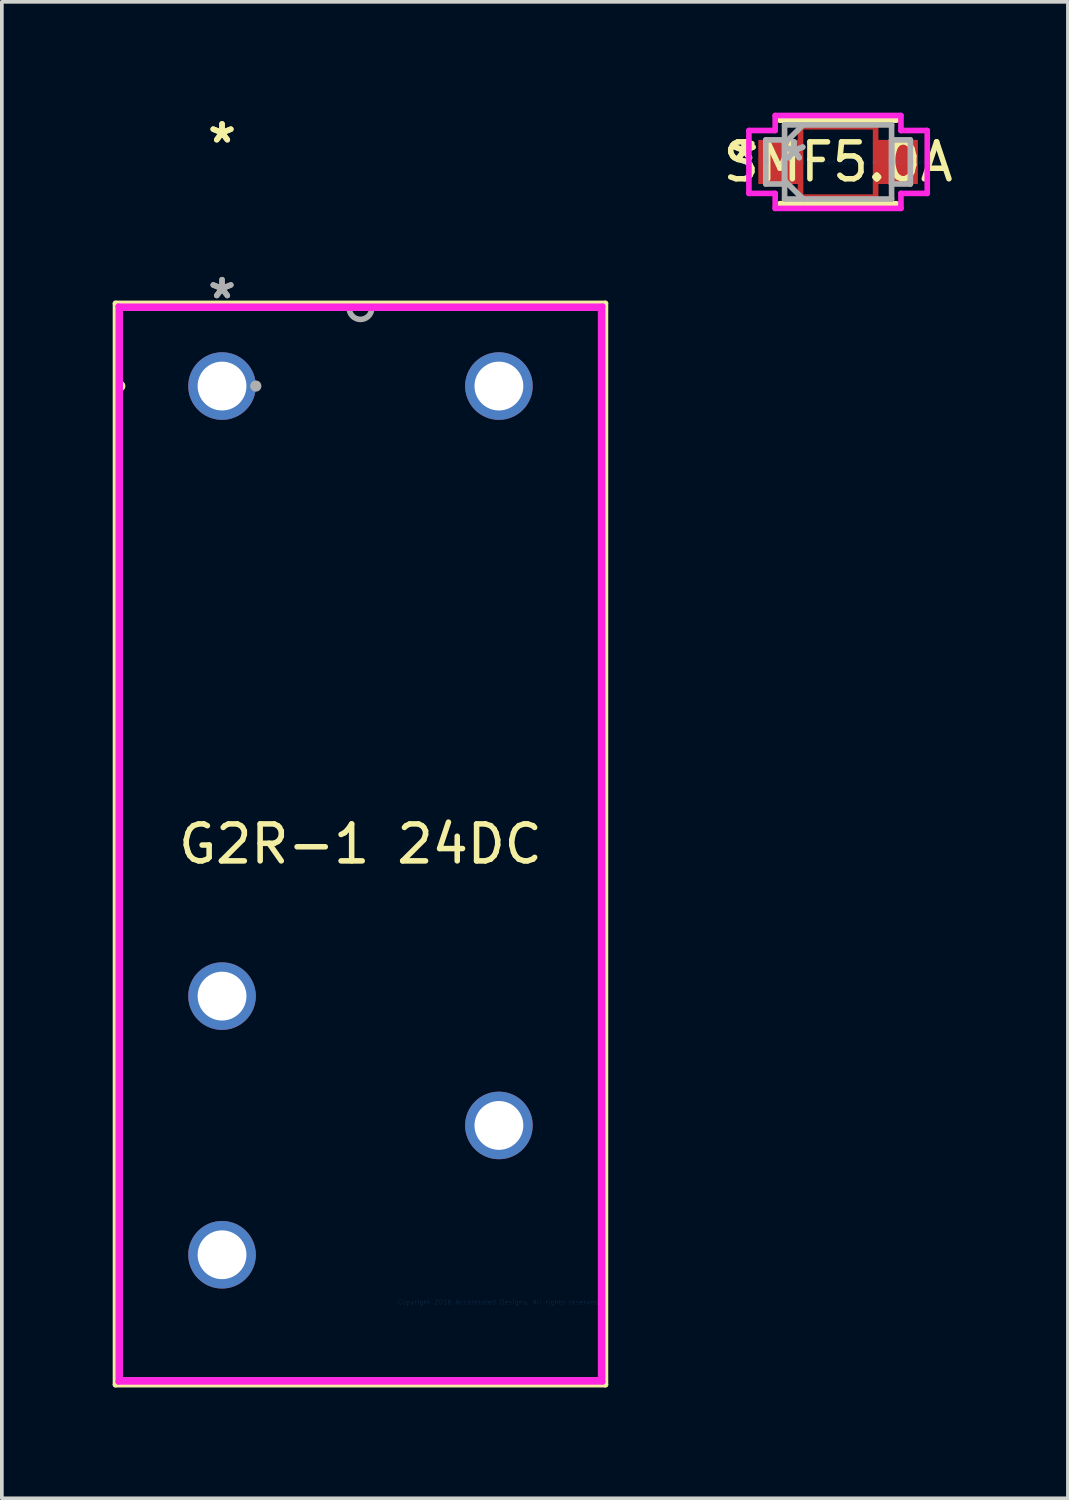
<source format=kicad_pcb>
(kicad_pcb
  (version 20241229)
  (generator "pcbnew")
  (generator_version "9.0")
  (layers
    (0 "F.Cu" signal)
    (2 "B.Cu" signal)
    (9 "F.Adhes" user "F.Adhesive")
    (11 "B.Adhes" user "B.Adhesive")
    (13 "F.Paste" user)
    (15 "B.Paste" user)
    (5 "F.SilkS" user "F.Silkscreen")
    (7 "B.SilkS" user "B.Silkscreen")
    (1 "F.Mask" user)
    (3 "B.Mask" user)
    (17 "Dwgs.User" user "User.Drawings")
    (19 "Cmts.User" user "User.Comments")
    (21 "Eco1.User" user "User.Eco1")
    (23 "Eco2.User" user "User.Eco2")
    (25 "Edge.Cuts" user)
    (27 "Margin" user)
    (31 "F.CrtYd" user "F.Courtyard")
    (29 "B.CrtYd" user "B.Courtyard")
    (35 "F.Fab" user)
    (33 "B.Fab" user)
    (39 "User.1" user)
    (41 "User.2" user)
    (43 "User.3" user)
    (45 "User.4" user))
  (footprint "G2R-1 24DC"
    (layer "F.Cu")
    (at 10.452 32.188)
    (property "Reference" "G2R-1 24DC" (at -3.747 -12.395 0) (layer "F.SilkS") (effects (font (size 1 1) (thickness 0.15))))
    (attr through_hole)
    (fp_line (start -10.376 -27.026) (end -10.376 2.235) (stroke (width 0.152) (type solid)) (layer "F.SilkS"))
    (fp_line (start -10.376 2.235) (end 2.883 2.235) (stroke (width 0.152) (type solid)) (layer "F.SilkS"))
    (fp_line (start 2.883 -27.026) (end -10.376 -27.026) (stroke (width 0.152) (type solid)) (layer "F.SilkS"))
    (fp_line (start 2.883 2.235) (end 2.883 -27.026) (stroke (width 0.152) (type solid)) (layer "F.SilkS"))
    (fp_circle (center -10.259 -24.79) (end -10.183 -24.79) (stroke (width 0.152) (type solid)) (fill no) (layer "F.SilkS"))
    (fp_line (start -10.3 -26.949) (end 2.807 -26.949) (stroke (width 0.152) (type solid)) (layer "F.CrtYd"))
    (fp_line (start -10.3 2.159) (end -10.3 -26.949) (stroke (width 0.152) (type solid)) (layer "F.CrtYd"))
    (fp_line (start -10.249 -26.899) (end 2.756 -26.899) (stroke (width 0.152) (type solid)) (layer "F.CrtYd"))
    (fp_line (start -10.249 2.108) (end -10.249 -26.899) (stroke (width 0.152) (type solid)) (layer "F.CrtYd"))
    (fp_line (start 2.756 -26.899) (end 2.756 2.108) (stroke (width 0.152) (type solid)) (layer "F.CrtYd"))
    (fp_line (start 2.756 2.108) (end -10.249 2.108) (stroke (width 0.152) (type solid)) (layer "F.CrtYd"))
    (fp_line (start 2.807 -26.949) (end 2.807 2.159) (stroke (width 0.152) (type solid)) (layer "F.CrtYd"))
    (fp_line (start 2.807 2.159) (end -10.3 2.159) (stroke (width 0.152) (type solid)) (layer "F.CrtYd"))
    (fp_line (start -10.249 -26.899) (end -10.249 2.108) (stroke (width 0.152) (type solid)) (layer "F.Fab"))
    (fp_line (start -10.249 2.108) (end 2.756 2.108) (stroke (width 0.152) (type solid)) (layer "F.Fab"))
    (fp_line (start 2.756 -26.899) (end -10.249 -26.899) (stroke (width 0.152) (type solid)) (layer "F.Fab"))
    (fp_line (start 2.756 2.108) (end 2.756 -26.899) (stroke (width 0.152) (type solid)) (layer "F.Fab"))
    (fp_arc (start -3.4417 -26.8986) (mid -3.7465 -26.5938) (end -4.0513 -26.8986) (stroke (width 0.1524) (type solid)) (layer "F.Fab"))
    (fp_circle (center -6.579 -24.79) (end -6.502 -24.79) (stroke (width 0.152) (type solid)) (fill no) (layer "F.Fab"))
    (fp_text user "*" (at -7.493 -31.34 0) (layer "F.SilkS") (effects (font (size 1 1) (thickness 0.15))))
    (fp_text user "*" (at -7.493 -31.34 0) (layer "F.SilkS") (effects (font (size 1 1) (thickness 0.15))))
    (fp_text user "Copyright 2016 Accelerated Designs. All rights reserved." (at 0 0 0) (layer "Cmts.User") (effects (font (size 0.127 0.127) (thickness 0.002))))
    (fp_text user "*" (at -7.493 -27.124 0) (layer "F.Fab") (effects (font (size 1 1) (thickness 0.15))))
    (fp_text user "*" (at -7.493 -27.124 0) (layer "F.Fab") (effects (font (size 1 1) (thickness 0.15))))
    (pad "1" thru_hole circle (at -7.493 -24.79) (size 1.829 1.829) (drill 1.321) (layers "*.Cu" "*.Mask"))
    (pad "2" thru_hole circle (at -7.493 -8.28) (size 1.829 1.829) (drill 1.321) (layers "*.Cu" "*.Mask"))
    (pad "4" thru_hole circle (at -7.493 -1.28) (size 1.829 1.829) (drill 1.321) (layers "*.Cu" "*.Mask"))
    (pad "6" thru_hole circle (at 0 -4.78) (size 1.829 1.829) (drill 1.321) (layers "*.Cu" "*.Mask"))
    (pad "8" thru_hole circle (at 0 -24.79) (size 1.829 1.829) (drill 1.321) (layers "*.Cu" "*.Mask")))
  (footprint "SMF5.0A"
    (layer "F.Cu")
    (at 19.631 1.333)
    (property "Reference" "SMF5.0A" (at 0 0 0) (layer "F.SilkS") (effects (font (size 1 1) (thickness 0.15))))
    (attr through_hole)
    (fp_line (start -1.016 -0.953) (end 1.016 -0.953) (stroke (width 0.152) (type solid)) (layer "F.Cu"))
    (fp_line (start -1.016 0.953) (end -1.016 -0.953) (stroke (width 0.152) (type solid)) (layer "F.Cu"))
    (fp_line (start 1.016 -0.953) (end 1.016 0.953) (stroke (width 0.152) (type solid)) (layer "F.Cu"))
    (fp_line (start 1.016 0.953) (end -1.016 0.953) (stroke (width 0.152) (type solid)) (layer "F.Cu"))
    (fp_line (start -1.575 1.13) (end 1.575 1.13) (stroke (width 0.152) (type solid)) (layer "F.SilkS"))
    (fp_line (start 1.575 -1.13) (end -1.575 -1.13) (stroke (width 0.152) (type solid)) (layer "F.SilkS"))
    (fp_line (start -2.413 -0.851) (end -1.702 -0.851) (stroke (width 0.152) (type solid)) (layer "F.CrtYd"))
    (fp_line (start -2.413 0.851) (end -2.413 -0.851) (stroke (width 0.152) (type solid)) (layer "F.CrtYd"))
    (fp_line (start -1.702 -1.257) (end 1.702 -1.257) (stroke (width 0.152) (type solid)) (layer "F.CrtYd"))
    (fp_line (start -1.702 -0.851) (end -1.702 -1.257) (stroke (width 0.152) (type solid)) (layer "F.CrtYd"))
    (fp_line (start -1.702 0.851) (end -2.413 0.851) (stroke (width 0.152) (type solid)) (layer "F.CrtYd"))
    (fp_line (start -1.702 1.257) (end -1.702 0.851) (stroke (width 0.152) (type solid)) (layer "F.CrtYd"))
    (fp_line (start 1.702 -1.257) (end 1.702 -0.851) (stroke (width 0.152) (type solid)) (layer "F.CrtYd"))
    (fp_line (start 1.702 -0.851) (end 2.413 -0.851) (stroke (width 0.152) (type solid)) (layer "F.CrtYd"))
    (fp_line (start 1.702 0.851) (end 1.702 1.257) (stroke (width 0.152) (type solid)) (layer "F.CrtYd"))
    (fp_line (start 1.702 1.257) (end -1.702 1.257) (stroke (width 0.152) (type solid)) (layer "F.CrtYd"))
    (fp_line (start 2.413 -0.851) (end 2.413 0.851) (stroke (width 0.152) (type solid)) (layer "F.CrtYd"))
    (fp_line (start 2.413 0.851) (end 1.702 0.851) (stroke (width 0.152) (type solid)) (layer "F.CrtYd"))
    (fp_line (start -1.956 -0.597) (end -1.956 0.597) (stroke (width 0.152) (type solid)) (layer "F.Fab"))
    (fp_line (start -1.956 0.597) (end -1.448 0.597) (stroke (width 0.152) (type solid)) (layer "F.Fab"))
    (fp_line (start -1.448 -1.003) (end -1.448 1.003) (stroke (width 0.152) (type solid)) (layer "F.Fab"))
    (fp_line (start -1.448 -0.597) (end -1.956 -0.597) (stroke (width 0.152) (type solid)) (layer "F.Fab"))
    (fp_line (start -1.448 -0.502) (end -0.946 -1.003) (stroke (width 0.152) (type solid)) (layer "F.Fab"))
    (fp_line (start -1.448 0.502) (end -0.946 1.003) (stroke (width 0.152) (type solid)) (layer "F.Fab"))
    (fp_line (start -1.448 0.597) (end -1.448 -0.597) (stroke (width 0.152) (type solid)) (layer "F.Fab"))
    (fp_line (start -1.448 1.003) (end 1.448 1.003) (stroke (width 0.152) (type solid)) (layer "F.Fab"))
    (fp_line (start 1.448 -1.003) (end -1.448 -1.003) (stroke (width 0.152) (type solid)) (layer "F.Fab"))
    (fp_line (start 1.448 -0.597) (end 1.448 0.597) (stroke (width 0.152) (type solid)) (layer "F.Fab"))
    (fp_line (start 1.448 0.597) (end 1.956 0.597) (stroke (width 0.152) (type solid)) (layer "F.Fab"))
    (fp_line (start 1.448 1.003) (end 1.448 -1.003) (stroke (width 0.152) (type solid)) (layer "F.Fab"))
    (fp_line (start 1.956 -0.597) (end 1.448 -0.597) (stroke (width 0.152) (type solid)) (layer "F.Fab"))
    (fp_line (start 1.956 0.597) (end 1.956 -0.597) (stroke (width 0.152) (type solid)) (layer "F.Fab"))
    (fp_text user "*" (at -2.54 0 0) (layer "F.SilkS") (effects (font (size 1 1) (thickness 0.15))))
    (fp_text user "*" (at -2.54 0 0) (layer "F.SilkS") (effects (font (size 1 1) (thickness 0.15))))
    (fp_text user "Copyright 2016 Accelerated Designs. All rights reserved." (at 0 0 0) (layer "Cmts.User") (effects (font (size 0.127 0.127) (thickness 0.002))))
    (fp_text user "*" (at -1.194 0 0) (layer "F.Fab") (effects (font (size 1 1) (thickness 0.15))))
    (fp_text user "*" (at -1.194 0 0) (layer "F.Fab") (effects (font (size 1 1) (thickness 0.15))))
    (pad "1" smd rect (at -1.613 0) (size 1.092 1.194) (layers "F.Cu" "F.Mask" "F.Paste"))
    (pad "2" smd rect (at 1.613 0) (size 1.092 1.194) (layers "F.Cu" "F.Mask" "F.Paste")))
  (gr_rect
    (start -3 -3)
    (end 25.852 37.5)
    (stroke (width 0.1) (type default))
    (fill no)
    (layer "Edge.Cuts")))
</source>
